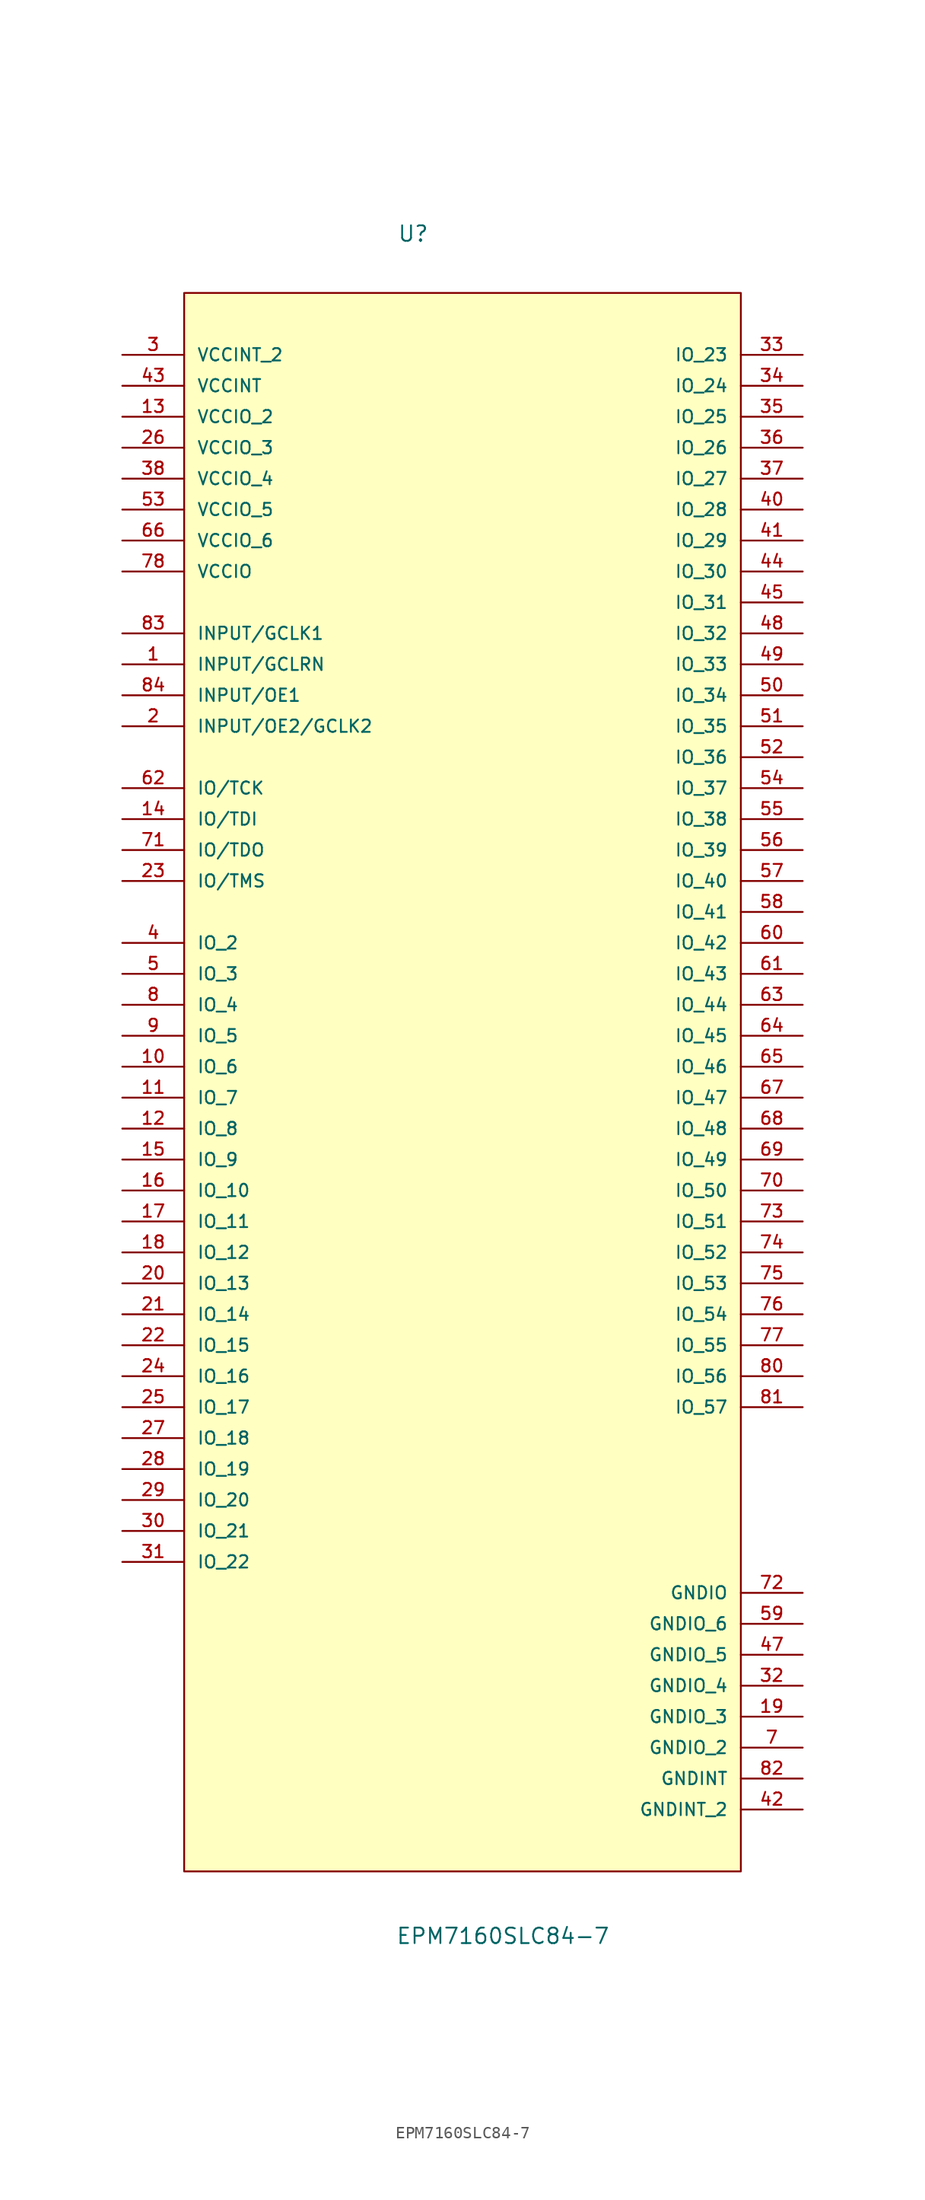
<source format=kicad_sym>
(kicad_symbol_lib
  (version 20211014)
  (generator kicad_symbol_editor)
  (symbol "EPM7160SLC84-7"
    (pin_names
      (offset 1.016))
    (property "Reference" "U"
      (at -5.359 65.075 0)
      (effects (font (size 1.27 1.27)) (justify left bottom)))
    (property "Value" "EPM7160SLC84-7"
      (at -5.486 -74.625 0)
      (effects (font (size 1.27 1.27)) (justify left bottom)))
    (symbol "EPM7160SLC84-7_0_0"
      (rectangle (start -22.86 60.96) (end 22.86 -68.58) (stroke (width 0) (type default) (color 0 0 0 0)) (fill (type background)))
      (pin input line (at -27.94 30.48 0) (length 5.08) (name "INPUT/GCLRN" (effects (font (size 1.016 1.016)))) (number "1" (effects (font (size 1.016 1.016)))))
      (pin bidirectional line (at -27.94 -2.54 0) (length 5.08) (name "IO_6" (effects (font (size 1.016 1.016)))) (number "10" (effects (font (size 1.016 1.016)))))
      (pin bidirectional line (at -27.94 -5.08 0) (length 5.08) (name "IO_7" (effects (font (size 1.016 1.016)))) (number "11" (effects (font (size 1.016 1.016)))))
      (pin bidirectional line (at -27.94 -7.62 0) (length 5.08) (name "IO_8" (effects (font (size 1.016 1.016)))) (number "12" (effects (font (size 1.016 1.016)))))
      (pin power_in line (at -27.94 50.8 0) (length 5.08) (name "VCCIO_2" (effects (font (size 1.016 1.016)))) (number "13" (effects (font (size 1.016 1.016)))))
      (pin bidirectional line (at -27.94 17.78 0) (length 5.08) (name "IO/TDI" (effects (font (size 1.016 1.016)))) (number "14" (effects (font (size 1.016 1.016)))))
      (pin bidirectional line (at -27.94 -10.16 0) (length 5.08) (name "IO_9" (effects (font (size 1.016 1.016)))) (number "15" (effects (font (size 1.016 1.016)))))
      (pin bidirectional line (at -27.94 -12.7 0) (length 5.08) (name "IO_10" (effects (font (size 1.016 1.016)))) (number "16" (effects (font (size 1.016 1.016)))))
      (pin bidirectional line (at -27.94 -15.24 0) (length 5.08) (name "IO_11" (effects (font (size 1.016 1.016)))) (number "17" (effects (font (size 1.016 1.016)))))
      (pin bidirectional line (at -27.94 -17.78 0) (length 5.08) (name "IO_12" (effects (font (size 1.016 1.016)))) (number "18" (effects (font (size 1.016 1.016)))))
      (pin passive line (at 27.94 -55.88 180) (length 5.08) (name "GNDIO_3" (effects (font (size 1.016 1.016)))) (number "19" (effects (font (size 1.016 1.016)))))
      (pin input line (at -27.94 25.4 0) (length 5.08) (name "INPUT/OE2/GCLK2" (effects (font (size 1.016 1.016)))) (number "2" (effects (font (size 1.016 1.016)))))
      (pin bidirectional line (at -27.94 -20.32 0) (length 5.08) (name "IO_13" (effects (font (size 1.016 1.016)))) (number "20" (effects (font (size 1.016 1.016)))))
      (pin bidirectional line (at -27.94 -22.86 0) (length 5.08) (name "IO_14" (effects (font (size 1.016 1.016)))) (number "21" (effects (font (size 1.016 1.016)))))
      (pin bidirectional line (at -27.94 -25.4 0) (length 5.08) (name "IO_15" (effects (font (size 1.016 1.016)))) (number "22" (effects (font (size 1.016 1.016)))))
      (pin bidirectional line (at -27.94 12.7 0) (length 5.08) (name "IO/TMS" (effects (font (size 1.016 1.016)))) (number "23" (effects (font (size 1.016 1.016)))))
      (pin bidirectional line (at -27.94 -27.94 0) (length 5.08) (name "IO_16" (effects (font (size 1.016 1.016)))) (number "24" (effects (font (size 1.016 1.016)))))
      (pin bidirectional line (at -27.94 -30.48 0) (length 5.08) (name "IO_17" (effects (font (size 1.016 1.016)))) (number "25" (effects (font (size 1.016 1.016)))))
      (pin power_in line (at -27.94 48.26 0) (length 5.08) (name "VCCIO_3" (effects (font (size 1.016 1.016)))) (number "26" (effects (font (size 1.016 1.016)))))
      (pin bidirectional line (at -27.94 -33.02 0) (length 5.08) (name "IO_18" (effects (font (size 1.016 1.016)))) (number "27" (effects (font (size 1.016 1.016)))))
      (pin bidirectional line (at -27.94 -35.56 0) (length 5.08) (name "IO_19" (effects (font (size 1.016 1.016)))) (number "28" (effects (font (size 1.016 1.016)))))
      (pin bidirectional line (at -27.94 -38.1 0) (length 5.08) (name "IO_20" (effects (font (size 1.016 1.016)))) (number "29" (effects (font (size 1.016 1.016)))))
      (pin power_in line (at -27.94 55.88 0) (length 5.08) (name "VCCINT_2" (effects (font (size 1.016 1.016)))) (number "3" (effects (font (size 1.016 1.016)))))
      (pin bidirectional line (at -27.94 -40.64 0) (length 5.08) (name "IO_21" (effects (font (size 1.016 1.016)))) (number "30" (effects (font (size 1.016 1.016)))))
      (pin bidirectional line (at -27.94 -43.18 0) (length 5.08) (name "IO_22" (effects (font (size 1.016 1.016)))) (number "31" (effects (font (size 1.016 1.016)))))
      (pin passive line (at 27.94 -53.34 180) (length 5.08) (name "GNDIO_4" (effects (font (size 1.016 1.016)))) (number "32" (effects (font (size 1.016 1.016)))))
      (pin bidirectional line (at 27.94 55.88 180) (length 5.08) (name "IO_23" (effects (font (size 1.016 1.016)))) (number "33" (effects (font (size 1.016 1.016)))))
      (pin bidirectional line (at 27.94 53.34 180) (length 5.08) (name "IO_24" (effects (font (size 1.016 1.016)))) (number "34" (effects (font (size 1.016 1.016)))))
      (pin bidirectional line (at 27.94 50.8 180) (length 5.08) (name "IO_25" (effects (font (size 1.016 1.016)))) (number "35" (effects (font (size 1.016 1.016)))))
      (pin bidirectional line (at 27.94 48.26 180) (length 5.08) (name "IO_26" (effects (font (size 1.016 1.016)))) (number "36" (effects (font (size 1.016 1.016)))))
      (pin bidirectional line (at 27.94 45.72 180) (length 5.08) (name "IO_27" (effects (font (size 1.016 1.016)))) (number "37" (effects (font (size 1.016 1.016)))))
      (pin power_in line (at -27.94 45.72 0) (length 5.08) (name "VCCIO_4" (effects (font (size 1.016 1.016)))) (number "38" (effects (font (size 1.016 1.016)))))
      (pin no_connect line (at -22.86 -60.96 0) (length 5.08) hide (name "PIN_39" (effects (font (size 1.016 1.016)))) (number "39" (effects (font (size 1.016 1.016)))))
      (pin bidirectional line (at -27.94 7.62 0) (length 5.08) (name "IO_2" (effects (font (size 1.016 1.016)))) (number "4" (effects (font (size 1.016 1.016)))))
      (pin bidirectional line (at 27.94 43.18 180) (length 5.08) (name "IO_28" (effects (font (size 1.016 1.016)))) (number "40" (effects (font (size 1.016 1.016)))))
      (pin bidirectional line (at 27.94 40.64 180) (length 5.08) (name "IO_29" (effects (font (size 1.016 1.016)))) (number "41" (effects (font (size 1.016 1.016)))))
      (pin passive line (at 27.94 -63.5 180) (length 5.08) (name "GNDINT_2" (effects (font (size 1.016 1.016)))) (number "42" (effects (font (size 1.016 1.016)))))
      (pin power_in line (at -27.94 53.34 0) (length 5.08) (name "VCCINT" (effects (font (size 1.016 1.016)))) (number "43" (effects (font (size 1.016 1.016)))))
      (pin bidirectional line (at 27.94 38.1 180) (length 5.08) (name "IO_30" (effects (font (size 1.016 1.016)))) (number "44" (effects (font (size 1.016 1.016)))))
      (pin bidirectional line (at 27.94 35.56 180) (length 5.08) (name "IO_31" (effects (font (size 1.016 1.016)))) (number "45" (effects (font (size 1.016 1.016)))))
      (pin no_connect line (at -22.86 -58.42 0) (length 5.08) hide (name "PIN_46" (effects (font (size 1.016 1.016)))) (number "46" (effects (font (size 1.016 1.016)))))
      (pin passive line (at 27.94 -50.8 180) (length 5.08) (name "GNDIO_5" (effects (font (size 1.016 1.016)))) (number "47" (effects (font (size 1.016 1.016)))))
      (pin bidirectional line (at 27.94 33.02 180) (length 5.08) (name "IO_32" (effects (font (size 1.016 1.016)))) (number "48" (effects (font (size 1.016 1.016)))))
      (pin bidirectional line (at 27.94 30.48 180) (length 5.08) (name "IO_33" (effects (font (size 1.016 1.016)))) (number "49" (effects (font (size 1.016 1.016)))))
      (pin bidirectional line (at -27.94 5.08 0) (length 5.08) (name "IO_3" (effects (font (size 1.016 1.016)))) (number "5" (effects (font (size 1.016 1.016)))))
      (pin bidirectional line (at 27.94 27.94 180) (length 5.08) (name "IO_34" (effects (font (size 1.016 1.016)))) (number "50" (effects (font (size 1.016 1.016)))))
      (pin bidirectional line (at 27.94 25.4 180) (length 5.08) (name "IO_35" (effects (font (size 1.016 1.016)))) (number "51" (effects (font (size 1.016 1.016)))))
      (pin bidirectional line (at 27.94 22.86 180) (length 5.08) (name "IO_36" (effects (font (size 1.016 1.016)))) (number "52" (effects (font (size 1.016 1.016)))))
      (pin power_in line (at -27.94 43.18 0) (length 5.08) (name "VCCIO_5" (effects (font (size 1.016 1.016)))) (number "53" (effects (font (size 1.016 1.016)))))
      (pin bidirectional line (at 27.94 20.32 180) (length 5.08) (name "IO_37" (effects (font (size 1.016 1.016)))) (number "54" (effects (font (size 1.016 1.016)))))
      (pin bidirectional line (at 27.94 17.78 180) (length 5.08) (name "IO_38" (effects (font (size 1.016 1.016)))) (number "55" (effects (font (size 1.016 1.016)))))
      (pin bidirectional line (at 27.94 15.24 180) (length 5.08) (name "IO_39" (effects (font (size 1.016 1.016)))) (number "56" (effects (font (size 1.016 1.016)))))
      (pin bidirectional line (at 27.94 12.7 180) (length 5.08) (name "IO_40" (effects (font (size 1.016 1.016)))) (number "57" (effects (font (size 1.016 1.016)))))
      (pin bidirectional line (at 27.94 10.16 180) (length 5.08) (name "IO_41" (effects (font (size 1.016 1.016)))) (number "58" (effects (font (size 1.016 1.016)))))
      (pin passive line (at 27.94 -48.26 180) (length 5.08) (name "GNDIO_6" (effects (font (size 1.016 1.016)))) (number "59" (effects (font (size 1.016 1.016)))))
      (pin no_connect line (at -22.86 -63.5 0) (length 5.08) hide (name "PIN_6" (effects (font (size 1.016 1.016)))) (number "6" (effects (font (size 1.016 1.016)))))
      (pin bidirectional line (at 27.94 7.62 180) (length 5.08) (name "IO_42" (effects (font (size 1.016 1.016)))) (number "60" (effects (font (size 1.016 1.016)))))
      (pin bidirectional line (at 27.94 5.08 180) (length 5.08) (name "IO_43" (effects (font (size 1.016 1.016)))) (number "61" (effects (font (size 1.016 1.016)))))
      (pin bidirectional line (at -27.94 20.32 0) (length 5.08) (name "IO/TCK" (effects (font (size 1.016 1.016)))) (number "62" (effects (font (size 1.016 1.016)))))
      (pin bidirectional line (at 27.94 2.54 180) (length 5.08) (name "IO_44" (effects (font (size 1.016 1.016)))) (number "63" (effects (font (size 1.016 1.016)))))
      (pin bidirectional line (at 27.94 0 180) (length 5.08) (name "IO_45" (effects (font (size 1.016 1.016)))) (number "64" (effects (font (size 1.016 1.016)))))
      (pin bidirectional line (at 27.94 -2.54 180) (length 5.08) (name "IO_46" (effects (font (size 1.016 1.016)))) (number "65" (effects (font (size 1.016 1.016)))))
      (pin power_in line (at -27.94 40.64 0) (length 5.08) (name "VCCIO_6" (effects (font (size 1.016 1.016)))) (number "66" (effects (font (size 1.016 1.016)))))
      (pin bidirectional line (at 27.94 -5.08 180) (length 5.08) (name "IO_47" (effects (font (size 1.016 1.016)))) (number "67" (effects (font (size 1.016 1.016)))))
      (pin bidirectional line (at 27.94 -7.62 180) (length 5.08) (name "IO_48" (effects (font (size 1.016 1.016)))) (number "68" (effects (font (size 1.016 1.016)))))
      (pin bidirectional line (at 27.94 -10.16 180) (length 5.08) (name "IO_49" (effects (font (size 1.016 1.016)))) (number "69" (effects (font (size 1.016 1.016)))))
      (pin passive line (at 27.94 -58.42 180) (length 5.08) (name "GNDIO_2" (effects (font (size 1.016 1.016)))) (number "7" (effects (font (size 1.016 1.016)))))
      (pin bidirectional line (at 27.94 -12.7 180) (length 5.08) (name "IO_50" (effects (font (size 1.016 1.016)))) (number "70" (effects (font (size 1.016 1.016)))))
      (pin bidirectional line (at -27.94 15.24 0) (length 5.08) (name "IO/TDO" (effects (font (size 1.016 1.016)))) (number "71" (effects (font (size 1.016 1.016)))))
      (pin passive line (at 27.94 -45.72 180) (length 5.08) (name "GNDIO" (effects (font (size 1.016 1.016)))) (number "72" (effects (font (size 1.016 1.016)))))
      (pin bidirectional line (at 27.94 -15.24 180) (length 5.08) (name "IO_51" (effects (font (size 1.016 1.016)))) (number "73" (effects (font (size 1.016 1.016)))))
      (pin bidirectional line (at 27.94 -17.78 180) (length 5.08) (name "IO_52" (effects (font (size 1.016 1.016)))) (number "74" (effects (font (size 1.016 1.016)))))
      (pin bidirectional line (at 27.94 -20.32 180) (length 5.08) (name "IO_53" (effects (font (size 1.016 1.016)))) (number "75" (effects (font (size 1.016 1.016)))))
      (pin bidirectional line (at 27.94 -22.86 180) (length 5.08) (name "IO_54" (effects (font (size 1.016 1.016)))) (number "76" (effects (font (size 1.016 1.016)))))
      (pin bidirectional line (at 27.94 -25.4 180) (length 5.08) (name "IO_55" (effects (font (size 1.016 1.016)))) (number "77" (effects (font (size 1.016 1.016)))))
      (pin power_in line (at -27.94 38.1 0) (length 5.08) (name "VCCIO" (effects (font (size 1.016 1.016)))) (number "78" (effects (font (size 1.016 1.016)))))
      (pin no_connect line (at -22.86 -55.88 0) (length 5.08) hide (name "PIN_79" (effects (font (size 1.016 1.016)))) (number "79" (effects (font (size 1.016 1.016)))))
      (pin bidirectional line (at -27.94 2.54 0) (length 5.08) (name "IO_4" (effects (font (size 1.016 1.016)))) (number "8" (effects (font (size 1.016 1.016)))))
      (pin bidirectional line (at 27.94 -27.94 180) (length 5.08) (name "IO_56" (effects (font (size 1.016 1.016)))) (number "80" (effects (font (size 1.016 1.016)))))
      (pin bidirectional line (at 27.94 -30.48 180) (length 5.08) (name "IO_57" (effects (font (size 1.016 1.016)))) (number "81" (effects (font (size 1.016 1.016)))))
      (pin passive line (at 27.94 -60.96 180) (length 5.08) (name "GNDINT" (effects (font (size 1.016 1.016)))) (number "82" (effects (font (size 1.016 1.016)))))
      (pin input line (at -27.94 33.02 0) (length 5.08) (name "INPUT/GCLK1" (effects (font (size 1.016 1.016)))) (number "83" (effects (font (size 1.016 1.016)))))
      (pin input line (at -27.94 27.94 0) (length 5.08) (name "INPUT/OE1" (effects (font (size 1.016 1.016)))) (number "84" (effects (font (size 1.016 1.016)))))
      (pin bidirectional line (at -27.94 0 0) (length 5.08) (name "IO_5" (effects (font (size 1.016 1.016)))) (number "9" (effects (font (size 1.016 1.016))))))))
</source>
